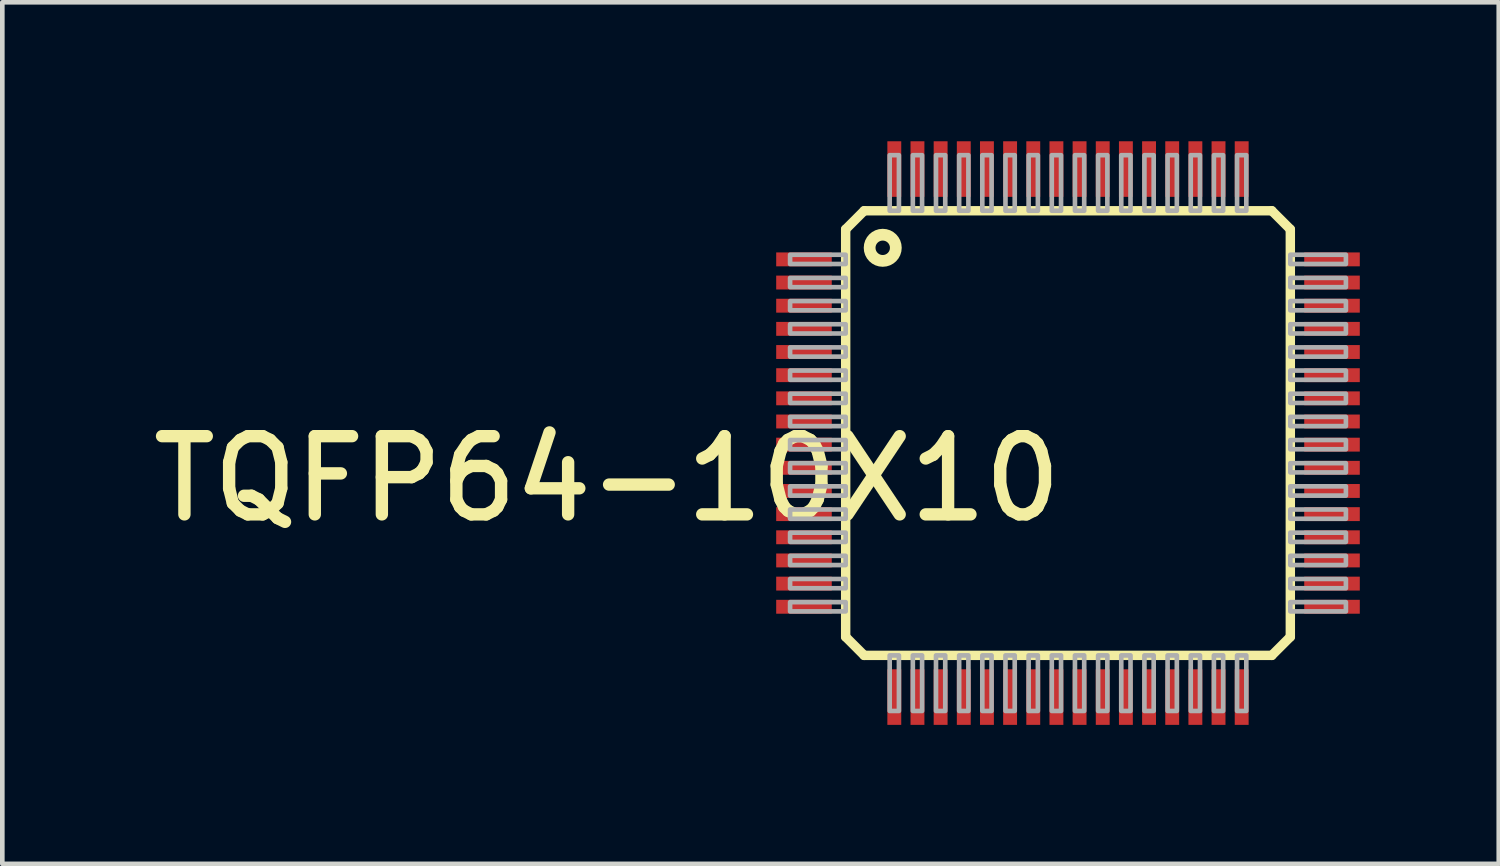
<source format=kicad_pcb>
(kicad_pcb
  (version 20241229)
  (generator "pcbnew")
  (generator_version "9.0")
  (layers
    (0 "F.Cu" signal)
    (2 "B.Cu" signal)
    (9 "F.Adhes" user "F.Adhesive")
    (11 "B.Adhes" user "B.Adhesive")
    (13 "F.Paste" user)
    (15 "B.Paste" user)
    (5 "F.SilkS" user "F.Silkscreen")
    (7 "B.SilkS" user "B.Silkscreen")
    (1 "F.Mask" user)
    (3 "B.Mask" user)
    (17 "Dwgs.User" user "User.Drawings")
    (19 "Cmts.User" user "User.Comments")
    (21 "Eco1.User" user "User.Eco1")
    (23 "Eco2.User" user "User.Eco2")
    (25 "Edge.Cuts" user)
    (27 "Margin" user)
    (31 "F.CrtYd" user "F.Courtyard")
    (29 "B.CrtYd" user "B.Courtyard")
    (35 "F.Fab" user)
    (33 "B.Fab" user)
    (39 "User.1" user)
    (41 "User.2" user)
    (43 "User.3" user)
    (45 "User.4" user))
  (footprint "TQFP64-10X10"
    (layer "F.Cu")
    (at 20.008 6.3)
    (property "Reference" "TQFP64-10X10" (at 0 0 0) (layer "F.SilkS") (effects (font (size 1.689 1.689) (thickness 0.267)) (justify right top)))
    (attr through_hole)
    (fp_line (start -4.8 -4.4) (end -4.4 -4.8) (stroke (width 0.203) (type solid)) (layer "F.SilkS"))
    (fp_line (start -4.8 4.4) (end -4.8 -4.4) (stroke (width 0.203) (type solid)) (layer "F.SilkS"))
    (fp_line (start -4.4 -4.8) (end 4.4 -4.8) (stroke (width 0.203) (type solid)) (layer "F.SilkS"))
    (fp_line (start -4.4 4.8) (end -4.8 4.4) (stroke (width 0.203) (type solid)) (layer "F.SilkS"))
    (fp_line (start 4.4 -4.8) (end 4.8 -4.4) (stroke (width 0.203) (type solid)) (layer "F.SilkS"))
    (fp_line (start 4.4 4.8) (end -4.4 4.8) (stroke (width 0.203) (type solid)) (layer "F.SilkS"))
    (fp_line (start 4.8 -4.4) (end 4.8 4.4) (stroke (width 0.203) (type solid)) (layer "F.SilkS"))
    (fp_line (start 4.8 4.4) (end 4.4 4.8) (stroke (width 0.203) (type solid)) (layer "F.SilkS"))
    (fp_circle (center -4 -4) (end -3.717 -4) (stroke (width 0.254) (type solid)) (fill no) (layer "F.SilkS"))
    (fp_poly (pts (xy -6 -3.65) (xy -4.8 -3.65) (xy -4.8 -3.85) (xy -6 -3.85)) (stroke (width 0.1) (type solid)) (fill no) (layer "F.Fab"))
    (fp_poly (pts (xy -6 -3.15) (xy -4.8 -3.15) (xy -4.8 -3.35) (xy -6 -3.35)) (stroke (width 0.1) (type solid)) (fill no) (layer "F.Fab"))
    (fp_poly (pts (xy -6 -2.65) (xy -4.8 -2.65) (xy -4.8 -2.85) (xy -6 -2.85)) (stroke (width 0.1) (type solid)) (fill no) (layer "F.Fab"))
    (fp_poly (pts (xy -6 -2.15) (xy -4.8 -2.15) (xy -4.8 -2.35) (xy -6 -2.35)) (stroke (width 0.1) (type solid)) (fill no) (layer "F.Fab"))
    (fp_poly (pts (xy -6 -1.65) (xy -4.8 -1.65) (xy -4.8 -1.85) (xy -6 -1.85)) (stroke (width 0.1) (type solid)) (fill no) (layer "F.Fab"))
    (fp_poly (pts (xy -6 -1.15) (xy -4.8 -1.15) (xy -4.8 -1.35) (xy -6 -1.35)) (stroke (width 0.1) (type solid)) (fill no) (layer "F.Fab"))
    (fp_poly (pts (xy -6 -0.65) (xy -4.8 -0.65) (xy -4.8 -0.85) (xy -6 -0.85)) (stroke (width 0.1) (type solid)) (fill no) (layer "F.Fab"))
    (fp_poly (pts (xy -6 -0.15) (xy -4.8 -0.15) (xy -4.8 -0.35) (xy -6 -0.35)) (stroke (width 0.1) (type solid)) (fill no) (layer "F.Fab"))
    (fp_poly (pts (xy -6 0.35) (xy -4.8 0.35) (xy -4.8 0.15) (xy -6 0.15)) (stroke (width 0.1) (type solid)) (fill no) (layer "F.Fab"))
    (fp_poly (pts (xy -6 0.85) (xy -4.8 0.85) (xy -4.8 0.65) (xy -6 0.65)) (stroke (width 0.1) (type solid)) (fill no) (layer "F.Fab"))
    (fp_poly (pts (xy -6 1.35) (xy -4.8 1.35) (xy -4.8 1.15) (xy -6 1.15)) (stroke (width 0.1) (type solid)) (fill no) (layer "F.Fab"))
    (fp_poly (pts (xy -6 1.85) (xy -4.8 1.85) (xy -4.8 1.65) (xy -6 1.65)) (stroke (width 0.1) (type solid)) (fill no) (layer "F.Fab"))
    (fp_poly (pts (xy -6 2.35) (xy -4.8 2.35) (xy -4.8 2.15) (xy -6 2.15)) (stroke (width 0.1) (type solid)) (fill no) (layer "F.Fab"))
    (fp_poly (pts (xy -6 2.85) (xy -4.8 2.85) (xy -4.8 2.65) (xy -6 2.65)) (stroke (width 0.1) (type solid)) (fill no) (layer "F.Fab"))
    (fp_poly (pts (xy -6 3.35) (xy -4.8 3.35) (xy -4.8 3.15) (xy -6 3.15)) (stroke (width 0.1) (type solid)) (fill no) (layer "F.Fab"))
    (fp_poly (pts (xy -6 3.85) (xy -4.8 3.85) (xy -4.8 3.65) (xy -6 3.65)) (stroke (width 0.1) (type solid)) (fill no) (layer "F.Fab"))
    (fp_poly (pts (xy -3.85 -4.8) (xy -3.65 -4.8) (xy -3.65 -6) (xy -3.85 -6)) (stroke (width 0.1) (type solid)) (fill no) (layer "F.Fab"))
    (fp_poly (pts (xy -3.85 6) (xy -3.65 6) (xy -3.65 4.8) (xy -3.85 4.8)) (stroke (width 0.1) (type solid)) (fill no) (layer "F.Fab"))
    (fp_poly (pts (xy -3.35 -4.8) (xy -3.15 -4.8) (xy -3.15 -6) (xy -3.35 -6)) (stroke (width 0.1) (type solid)) (fill no) (layer "F.Fab"))
    (fp_poly (pts (xy -3.35 6) (xy -3.15 6) (xy -3.15 4.8) (xy -3.35 4.8)) (stroke (width 0.1) (type solid)) (fill no) (layer "F.Fab"))
    (fp_poly (pts (xy -2.85 -4.8) (xy -2.65 -4.8) (xy -2.65 -6) (xy -2.85 -6)) (stroke (width 0.1) (type solid)) (fill no) (layer "F.Fab"))
    (fp_poly (pts (xy -2.85 6) (xy -2.65 6) (xy -2.65 4.8) (xy -2.85 4.8)) (stroke (width 0.1) (type solid)) (fill no) (layer "F.Fab"))
    (fp_poly (pts (xy -2.35 -4.8) (xy -2.15 -4.8) (xy -2.15 -6) (xy -2.35 -6)) (stroke (width 0.1) (type solid)) (fill no) (layer "F.Fab"))
    (fp_poly (pts (xy -2.35 6) (xy -2.15 6) (xy -2.15 4.8) (xy -2.35 4.8)) (stroke (width 0.1) (type solid)) (fill no) (layer "F.Fab"))
    (fp_poly (pts (xy -1.85 -4.8) (xy -1.65 -4.8) (xy -1.65 -6) (xy -1.85 -6)) (stroke (width 0.1) (type solid)) (fill no) (layer "F.Fab"))
    (fp_poly (pts (xy -1.85 6) (xy -1.65 6) (xy -1.65 4.8) (xy -1.85 4.8)) (stroke (width 0.1) (type solid)) (fill no) (layer "F.Fab"))
    (fp_poly (pts (xy -1.35 -4.8) (xy -1.15 -4.8) (xy -1.15 -6) (xy -1.35 -6)) (stroke (width 0.1) (type solid)) (fill no) (layer "F.Fab"))
    (fp_poly (pts (xy -1.35 6) (xy -1.15 6) (xy -1.15 4.8) (xy -1.35 4.8)) (stroke (width 0.1) (type solid)) (fill no) (layer "F.Fab"))
    (fp_poly (pts (xy -0.85 -4.8) (xy -0.65 -4.8) (xy -0.65 -6) (xy -0.85 -6)) (stroke (width 0.1) (type solid)) (fill no) (layer "F.Fab"))
    (fp_poly (pts (xy -0.85 6) (xy -0.65 6) (xy -0.65 4.8) (xy -0.85 4.8)) (stroke (width 0.1) (type solid)) (fill no) (layer "F.Fab"))
    (fp_poly (pts (xy -0.35 -4.8) (xy -0.15 -4.8) (xy -0.15 -6) (xy -0.35 -6)) (stroke (width 0.1) (type solid)) (fill no) (layer "F.Fab"))
    (fp_poly (pts (xy -0.35 6) (xy -0.15 6) (xy -0.15 4.8) (xy -0.35 4.8)) (stroke (width 0.1) (type solid)) (fill no) (layer "F.Fab"))
    (fp_poly (pts (xy 0.15 -4.8) (xy 0.35 -4.8) (xy 0.35 -6) (xy 0.15 -6)) (stroke (width 0.1) (type solid)) (fill no) (layer "F.Fab"))
    (fp_poly (pts (xy 0.15 6) (xy 0.35 6) (xy 0.35 4.8) (xy 0.15 4.8)) (stroke (width 0.1) (type solid)) (fill no) (layer "F.Fab"))
    (fp_poly (pts (xy 0.65 -4.8) (xy 0.85 -4.8) (xy 0.85 -6) (xy 0.65 -6)) (stroke (width 0.1) (type solid)) (fill no) (layer "F.Fab"))
    (fp_poly (pts (xy 0.65 6) (xy 0.85 6) (xy 0.85 4.8) (xy 0.65 4.8)) (stroke (width 0.1) (type solid)) (fill no) (layer "F.Fab"))
    (fp_poly (pts (xy 1.15 -4.8) (xy 1.35 -4.8) (xy 1.35 -6) (xy 1.15 -6)) (stroke (width 0.1) (type solid)) (fill no) (layer "F.Fab"))
    (fp_poly (pts (xy 1.15 6) (xy 1.35 6) (xy 1.35 4.8) (xy 1.15 4.8)) (stroke (width 0.1) (type solid)) (fill no) (layer "F.Fab"))
    (fp_poly (pts (xy 1.65 -4.8) (xy 1.85 -4.8) (xy 1.85 -6) (xy 1.65 -6)) (stroke (width 0.1) (type solid)) (fill no) (layer "F.Fab"))
    (fp_poly (pts (xy 1.65 6) (xy 1.85 6) (xy 1.85 4.8) (xy 1.65 4.8)) (stroke (width 0.1) (type solid)) (fill no) (layer "F.Fab"))
    (fp_poly (pts (xy 2.15 -4.8) (xy 2.35 -4.8) (xy 2.35 -6) (xy 2.15 -6)) (stroke (width 0.1) (type solid)) (fill no) (layer "F.Fab"))
    (fp_poly (pts (xy 2.15 6) (xy 2.35 6) (xy 2.35 4.8) (xy 2.15 4.8)) (stroke (width 0.1) (type solid)) (fill no) (layer "F.Fab"))
    (fp_poly (pts (xy 2.65 -4.8) (xy 2.85 -4.8) (xy 2.85 -6) (xy 2.65 -6)) (stroke (width 0.1) (type solid)) (fill no) (layer "F.Fab"))
    (fp_poly (pts (xy 2.65 6) (xy 2.85 6) (xy 2.85 4.8) (xy 2.65 4.8)) (stroke (width 0.1) (type solid)) (fill no) (layer "F.Fab"))
    (fp_poly (pts (xy 3.15 -4.8) (xy 3.35 -4.8) (xy 3.35 -6) (xy 3.15 -6)) (stroke (width 0.1) (type solid)) (fill no) (layer "F.Fab"))
    (fp_poly (pts (xy 3.15 6) (xy 3.35 6) (xy 3.35 4.8) (xy 3.15 4.8)) (stroke (width 0.1) (type solid)) (fill no) (layer "F.Fab"))
    (fp_poly (pts (xy 3.65 -4.8) (xy 3.85 -4.8) (xy 3.85 -6) (xy 3.65 -6)) (stroke (width 0.1) (type solid)) (fill no) (layer "F.Fab"))
    (fp_poly (pts (xy 3.65 6) (xy 3.85 6) (xy 3.85 4.8) (xy 3.65 4.8)) (stroke (width 0.1) (type solid)) (fill no) (layer "F.Fab"))
    (fp_poly (pts (xy 4.8 -3.65) (xy 6 -3.65) (xy 6 -3.85) (xy 4.8 -3.85)) (stroke (width 0.1) (type solid)) (fill no) (layer "F.Fab"))
    (fp_poly (pts (xy 4.8 -3.15) (xy 6 -3.15) (xy 6 -3.35) (xy 4.8 -3.35)) (stroke (width 0.1) (type solid)) (fill no) (layer "F.Fab"))
    (fp_poly (pts (xy 4.8 -2.65) (xy 6 -2.65) (xy 6 -2.85) (xy 4.8 -2.85)) (stroke (width 0.1) (type solid)) (fill no) (layer "F.Fab"))
    (fp_poly (pts (xy 4.8 -2.15) (xy 6 -2.15) (xy 6 -2.35) (xy 4.8 -2.35)) (stroke (width 0.1) (type solid)) (fill no) (layer "F.Fab"))
    (fp_poly (pts (xy 4.8 -1.65) (xy 6 -1.65) (xy 6 -1.85) (xy 4.8 -1.85)) (stroke (width 0.1) (type solid)) (fill no) (layer "F.Fab"))
    (fp_poly (pts (xy 4.8 -1.15) (xy 6 -1.15) (xy 6 -1.35) (xy 4.8 -1.35)) (stroke (width 0.1) (type solid)) (fill no) (layer "F.Fab"))
    (fp_poly (pts (xy 4.8 -0.65) (xy 6 -0.65) (xy 6 -0.85) (xy 4.8 -0.85)) (stroke (width 0.1) (type solid)) (fill no) (layer "F.Fab"))
    (fp_poly (pts (xy 4.8 -0.15) (xy 6 -0.15) (xy 6 -0.35) (xy 4.8 -0.35)) (stroke (width 0.1) (type solid)) (fill no) (layer "F.Fab"))
    (fp_poly (pts (xy 4.8 0.35) (xy 6 0.35) (xy 6 0.15) (xy 4.8 0.15)) (stroke (width 0.1) (type solid)) (fill no) (layer "F.Fab"))
    (fp_poly (pts (xy 4.8 0.85) (xy 6 0.85) (xy 6 0.65) (xy 4.8 0.65)) (stroke (width 0.1) (type solid)) (fill no) (layer "F.Fab"))
    (fp_poly (pts (xy 4.8 1.35) (xy 6 1.35) (xy 6 1.15) (xy 4.8 1.15)) (stroke (width 0.1) (type solid)) (fill no) (layer "F.Fab"))
    (fp_poly (pts (xy 4.8 1.85) (xy 6 1.85) (xy 6 1.65) (xy 4.8 1.65)) (stroke (width 0.1) (type solid)) (fill no) (layer "F.Fab"))
    (fp_poly (pts (xy 4.8 2.35) (xy 6 2.35) (xy 6 2.15) (xy 4.8 2.15)) (stroke (width 0.1) (type solid)) (fill no) (layer "F.Fab"))
    (fp_poly (pts (xy 4.8 2.85) (xy 6 2.85) (xy 6 2.65) (xy 4.8 2.65)) (stroke (width 0.1) (type solid)) (fill no) (layer "F.Fab"))
    (fp_poly (pts (xy 4.8 3.35) (xy 6 3.35) (xy 6 3.15) (xy 4.8 3.15)) (stroke (width 0.1) (type solid)) (fill no) (layer "F.Fab"))
    (fp_poly (pts (xy 4.8 3.85) (xy 6 3.85) (xy 6 3.65) (xy 4.8 3.65)) (stroke (width 0.1) (type solid)) (fill no) (layer "F.Fab"))
    (pad "1" smd rect (at -5.7 -3.75) (size 1.2 0.3) (layers "F.Cu" "F.Mask" "F.Paste"))
    (pad "2" smd rect (at -5.7 -3.25) (size 1.2 0.3) (layers "F.Cu" "F.Mask" "F.Paste"))
    (pad "3" smd rect (at -5.7 -2.75) (size 1.2 0.3) (layers "F.Cu" "F.Mask" "F.Paste"))
    (pad "4" smd rect (at -5.7 -2.25) (size 1.2 0.3) (layers "F.Cu" "F.Mask" "F.Paste"))
    (pad "5" smd rect (at -5.7 -1.75) (size 1.2 0.3) (layers "F.Cu" "F.Mask" "F.Paste"))
    (pad "6" smd rect (at -5.7 -1.25) (size 1.2 0.3) (layers "F.Cu" "F.Mask" "F.Paste"))
    (pad "7" smd rect (at -5.7 -0.75) (size 1.2 0.3) (layers "F.Cu" "F.Mask" "F.Paste"))
    (pad "8" smd rect (at -5.7 -0.25) (size 1.2 0.3) (layers "F.Cu" "F.Mask" "F.Paste"))
    (pad "9" smd rect (at -5.7 0.25) (size 1.2 0.3) (layers "F.Cu" "F.Mask" "F.Paste"))
    (pad "10" smd rect (at -5.7 0.75) (size 1.2 0.3) (layers "F.Cu" "F.Mask" "F.Paste"))
    (pad "11" smd rect (at -5.7 1.25) (size 1.2 0.3) (layers "F.Cu" "F.Mask" "F.Paste"))
    (pad "12" smd rect (at -5.7 1.75) (size 1.2 0.3) (layers "F.Cu" "F.Mask" "F.Paste"))
    (pad "13" smd rect (at -5.7 2.25) (size 1.2 0.3) (layers "F.Cu" "F.Mask" "F.Paste"))
    (pad "14" smd rect (at -5.7 2.75) (size 1.2 0.3) (layers "F.Cu" "F.Mask" "F.Paste"))
    (pad "15" smd rect (at -5.7 3.25) (size 1.2 0.3) (layers "F.Cu" "F.Mask" "F.Paste"))
    (pad "16" smd rect (at -5.7 3.75) (size 1.2 0.3) (layers "F.Cu" "F.Mask" "F.Paste"))
    (pad "17" smd rect (at -3.75 5.7) (size 0.3 1.2) (layers "F.Cu" "F.Mask" "F.Paste"))
    (pad "18" smd rect (at -3.25 5.7) (size 0.3 1.2) (layers "F.Cu" "F.Mask" "F.Paste"))
    (pad "19" smd rect (at -2.75 5.7) (size 0.3 1.2) (layers "F.Cu" "F.Mask" "F.Paste"))
    (pad "20" smd rect (at -2.25 5.7) (size 0.3 1.2) (layers "F.Cu" "F.Mask" "F.Paste"))
    (pad "21" smd rect (at -1.75 5.7) (size 0.3 1.2) (layers "F.Cu" "F.Mask" "F.Paste"))
    (pad "22" smd rect (at -1.25 5.7) (size 0.3 1.2) (layers "F.Cu" "F.Mask" "F.Paste"))
    (pad "23" smd rect (at -0.75 5.7) (size 0.3 1.2) (layers "F.Cu" "F.Mask" "F.Paste"))
    (pad "24" smd rect (at -0.25 5.7) (size 0.3 1.2) (layers "F.Cu" "F.Mask" "F.Paste"))
    (pad "25" smd rect (at 0.25 5.7) (size 0.3 1.2) (layers "F.Cu" "F.Mask" "F.Paste"))
    (pad "26" smd rect (at 0.75 5.7) (size 0.3 1.2) (layers "F.Cu" "F.Mask" "F.Paste"))
    (pad "27" smd rect (at 1.25 5.7) (size 0.3 1.2) (layers "F.Cu" "F.Mask" "F.Paste"))
    (pad "28" smd rect (at 1.75 5.7) (size 0.3 1.2) (layers "F.Cu" "F.Mask" "F.Paste"))
    (pad "29" smd rect (at 2.25 5.7) (size 0.3 1.2) (layers "F.Cu" "F.Mask" "F.Paste"))
    (pad "30" smd rect (at 2.75 5.7) (size 0.3 1.2) (layers "F.Cu" "F.Mask" "F.Paste"))
    (pad "31" smd rect (at 3.25 5.7) (size 0.3 1.2) (layers "F.Cu" "F.Mask" "F.Paste"))
    (pad "32" smd rect (at 3.75 5.7) (size 0.3 1.2) (layers "F.Cu" "F.Mask" "F.Paste"))
    (pad "33" smd rect (at 5.7 3.75) (size 1.2 0.3) (layers "F.Cu" "F.Mask" "F.Paste"))
    (pad "34" smd rect (at 5.7 3.25) (size 1.2 0.3) (layers "F.Cu" "F.Mask" "F.Paste"))
    (pad "35" smd rect (at 5.7 2.75) (size 1.2 0.3) (layers "F.Cu" "F.Mask" "F.Paste"))
    (pad "36" smd rect (at 5.7 2.25) (size 1.2 0.3) (layers "F.Cu" "F.Mask" "F.Paste"))
    (pad "37" smd rect (at 5.7 1.75) (size 1.2 0.3) (layers "F.Cu" "F.Mask" "F.Paste"))
    (pad "38" smd rect (at 5.7 1.25) (size 1.2 0.3) (layers "F.Cu" "F.Mask" "F.Paste"))
    (pad "39" smd rect (at 5.7 0.75) (size 1.2 0.3) (layers "F.Cu" "F.Mask" "F.Paste"))
    (pad "40" smd rect (at 5.7 0.25) (size 1.2 0.3) (layers "F.Cu" "F.Mask" "F.Paste"))
    (pad "41" smd rect (at 5.7 -0.25) (size 1.2 0.3) (layers "F.Cu" "F.Mask" "F.Paste"))
    (pad "42" smd rect (at 5.7 -0.75) (size 1.2 0.3) (layers "F.Cu" "F.Mask" "F.Paste"))
    (pad "43" smd rect (at 5.7 -1.25) (size 1.2 0.3) (layers "F.Cu" "F.Mask" "F.Paste"))
    (pad "44" smd rect (at 5.7 -1.75) (size 1.2 0.3) (layers "F.Cu" "F.Mask" "F.Paste"))
    (pad "45" smd rect (at 5.7 -2.25) (size 1.2 0.3) (layers "F.Cu" "F.Mask" "F.Paste"))
    (pad "46" smd rect (at 5.7 -2.75) (size 1.2 0.3) (layers "F.Cu" "F.Mask" "F.Paste"))
    (pad "47" smd rect (at 5.7 -3.25) (size 1.2 0.3) (layers "F.Cu" "F.Mask" "F.Paste"))
    (pad "48" smd rect (at 5.7 -3.75) (size 1.2 0.3) (layers "F.Cu" "F.Mask" "F.Paste"))
    (pad "49" smd rect (at 3.75 -5.7) (size 0.3 1.2) (layers "F.Cu" "F.Mask" "F.Paste"))
    (pad "50" smd rect (at 3.25 -5.7) (size 0.3 1.2) (layers "F.Cu" "F.Mask" "F.Paste"))
    (pad "51" smd rect (at 2.75 -5.7) (size 0.3 1.2) (layers "F.Cu" "F.Mask" "F.Paste"))
    (pad "52" smd rect (at 2.25 -5.7) (size 0.3 1.2) (layers "F.Cu" "F.Mask" "F.Paste"))
    (pad "53" smd rect (at 1.75 -5.7) (size 0.3 1.2) (layers "F.Cu" "F.Mask" "F.Paste"))
    (pad "54" smd rect (at 1.25 -5.7) (size 0.3 1.2) (layers "F.Cu" "F.Mask" "F.Paste"))
    (pad "55" smd rect (at 0.75 -5.7) (size 0.3 1.2) (layers "F.Cu" "F.Mask" "F.Paste"))
    (pad "56" smd rect (at 0.25 -5.7) (size 0.3 1.2) (layers "F.Cu" "F.Mask" "F.Paste"))
    (pad "57" smd rect (at -0.25 -5.7) (size 0.3 1.2) (layers "F.Cu" "F.Mask" "F.Paste"))
    (pad "58" smd rect (at -0.75 -5.7) (size 0.3 1.2) (layers "F.Cu" "F.Mask" "F.Paste"))
    (pad "59" smd rect (at -1.25 -5.7) (size 0.3 1.2) (layers "F.Cu" "F.Mask" "F.Paste"))
    (pad "60" smd rect (at -1.75 -5.7) (size 0.3 1.2) (layers "F.Cu" "F.Mask" "F.Paste"))
    (pad "61" smd rect (at -2.25 -5.7) (size 0.3 1.2) (layers "F.Cu" "F.Mask" "F.Paste"))
    (pad "62" smd rect (at -2.75 -5.7) (size 0.3 1.2) (layers "F.Cu" "F.Mask" "F.Paste"))
    (pad "63" smd rect (at -3.25 -5.7) (size 0.3 1.2) (layers "F.Cu" "F.Mask" "F.Paste"))
    (pad "64" smd rect (at -3.75 -5.7) (size 0.3 1.2) (layers "F.Cu" "F.Mask" "F.Paste")))
  (gr_rect
    (start -3 -3)
    (end 29.308 15.6)
    (stroke (width 0.1) (type default))
    (fill no)
    (layer "Edge.Cuts")))
</source>
